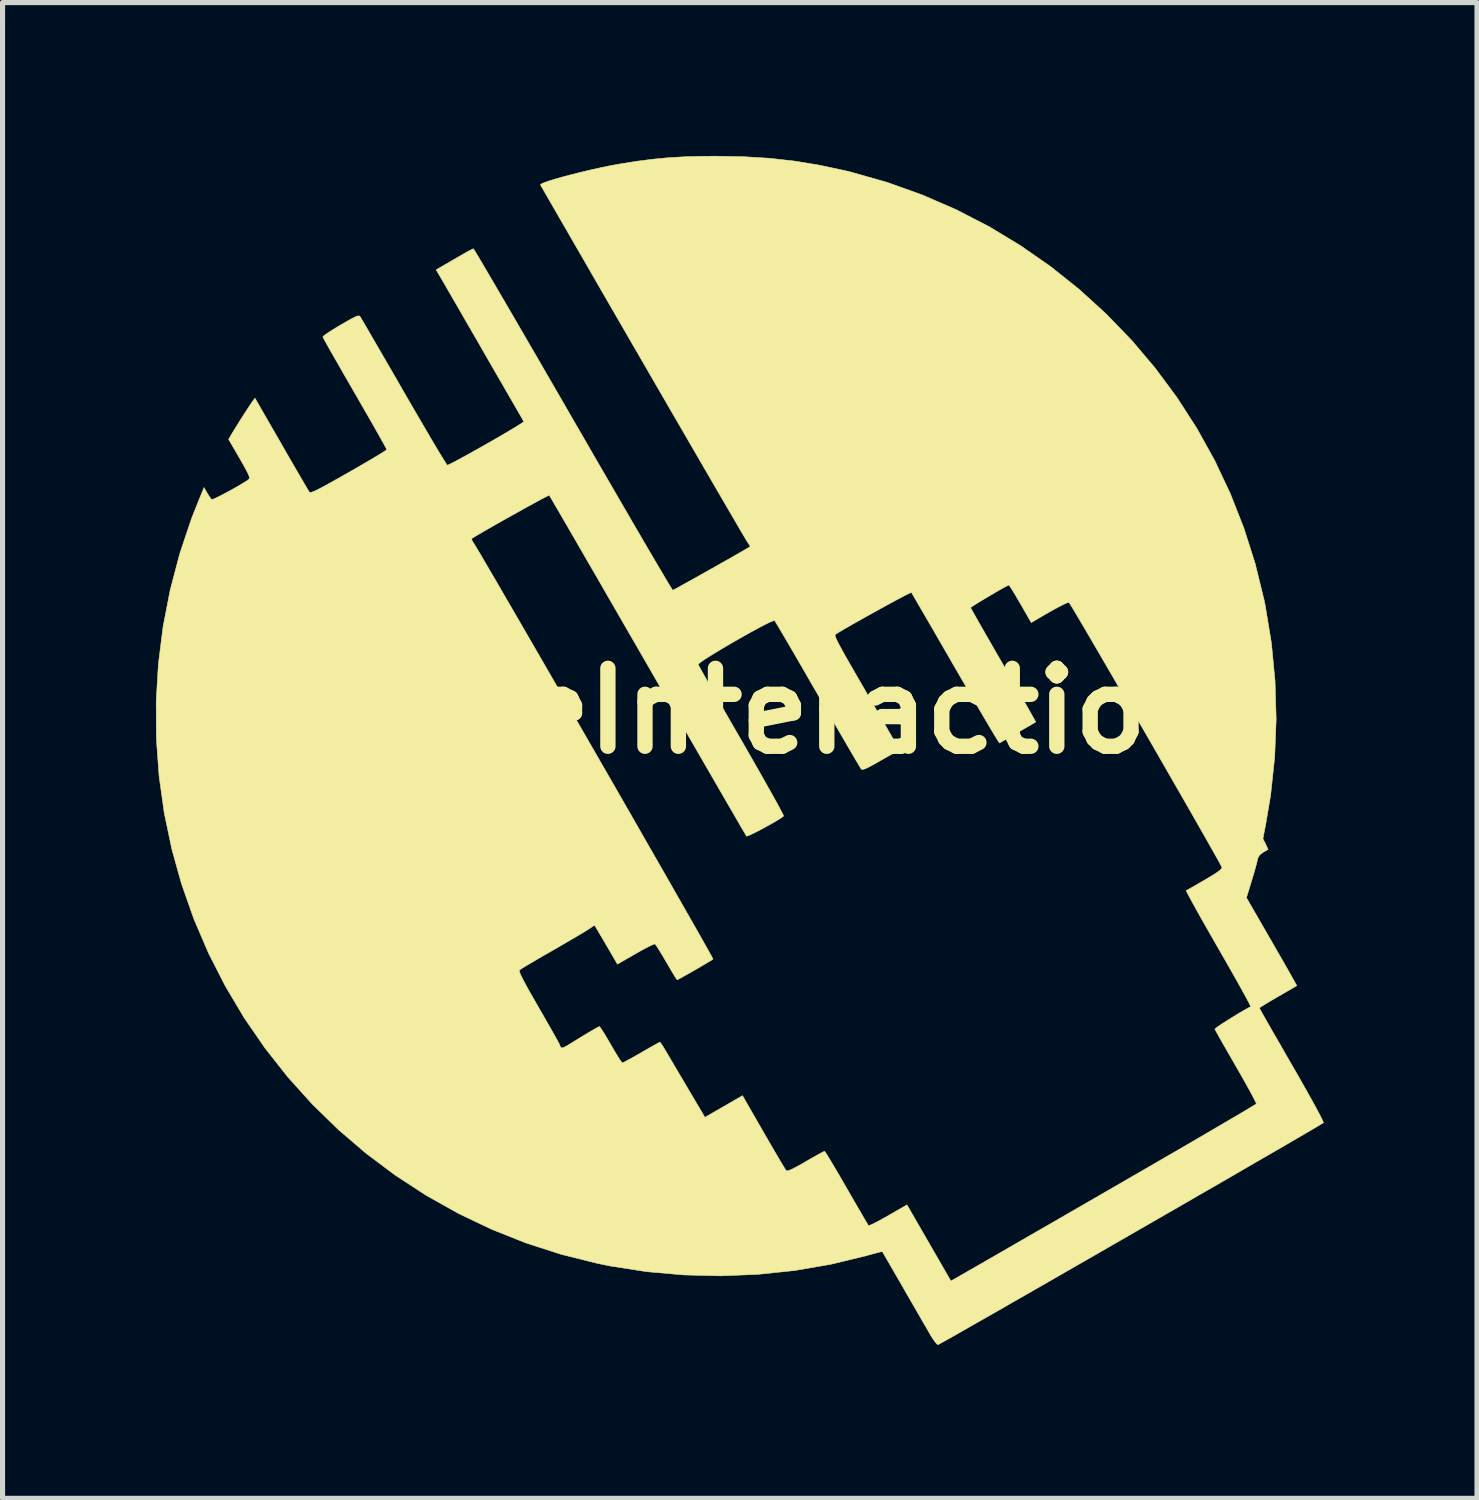
<source format=kicad_pcb>
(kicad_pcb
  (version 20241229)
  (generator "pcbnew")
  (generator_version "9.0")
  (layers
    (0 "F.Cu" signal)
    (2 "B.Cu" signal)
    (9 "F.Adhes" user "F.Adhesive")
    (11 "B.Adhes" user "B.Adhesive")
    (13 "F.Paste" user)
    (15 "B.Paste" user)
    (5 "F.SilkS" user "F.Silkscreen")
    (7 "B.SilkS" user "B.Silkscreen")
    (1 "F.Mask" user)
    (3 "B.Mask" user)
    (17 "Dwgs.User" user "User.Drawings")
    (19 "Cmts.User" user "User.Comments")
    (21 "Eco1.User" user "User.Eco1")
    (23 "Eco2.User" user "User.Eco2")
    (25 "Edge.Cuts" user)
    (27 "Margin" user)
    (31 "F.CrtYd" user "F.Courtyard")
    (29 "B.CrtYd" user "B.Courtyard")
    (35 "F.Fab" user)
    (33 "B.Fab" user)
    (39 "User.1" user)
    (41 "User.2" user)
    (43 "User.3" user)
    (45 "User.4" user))
  (footprint "FutureInteraction"
    (layer "F.Cu")
    (at 11.018 10.858)
    (property "Reference" "FutureInteraction" (at 0 0 0) (layer "F.SilkS") (effects (font (size 1.524 1.524) (thickness 0.3))))
    (attr through_hole)
    (fp_poly (pts (xy 0.477 -10.843) (xy 0.985 -10.812) (xy 1.475 -10.757) (xy 1.961 -10.677) (xy 2.458 -10.571) (xy 2.578 -10.542) (xy 3.286 -10.341) (xy 3.973 -10.095) (xy 4.638 -9.806) (xy 5.28 -9.475) (xy 5.895 -9.103) (xy 6.483 -8.694) (xy 7.042 -8.248) (xy 7.57 -7.767) (xy 8.066 -7.254) (xy 8.527 -6.709) (xy 8.953 -6.135) (xy 9.341 -5.533) (xy 9.69 -4.905) (xy 9.998 -4.253) (xy 10.263 -3.579) (xy 10.484 -2.885) (xy 10.659 -2.171) (xy 10.68 -2.07) (xy 10.802 -1.33) (xy 10.873 -0.587) (xy 10.895 0.158) (xy 10.866 0.902) (xy 10.787 1.644) (xy 10.69 2.22) (xy 10.636 2.496) (xy 10.687 2.602) (xy 10.738 2.707) (xy 10.643 2.762) (xy 10.574 2.813) (xy 10.538 2.875) (xy 10.529 2.912) (xy 10.515 2.972) (xy 10.489 3.068) (xy 10.455 3.187) (xy 10.416 3.316) (xy 10.412 3.33) (xy 10.313 3.653) (xy 10.808 4.51) (xy 10.917 4.7) (xy 11.018 4.875) (xy 11.107 5.031) (xy 11.182 5.164) (xy 11.241 5.268) (xy 11.28 5.339) (xy 11.296 5.371) (xy 11.297 5.373) (xy 11.274 5.387) (xy 11.214 5.422) (xy 11.125 5.474) (xy 11.015 5.538) (xy 10.928 5.588) (xy 10.808 5.658) (xy 10.704 5.72) (xy 10.625 5.769) (xy 10.577 5.8) (xy 10.566 5.809) (xy 10.579 5.833) (xy 10.614 5.897) (xy 10.67 5.996) (xy 10.744 6.126) (xy 10.834 6.284) (xy 10.938 6.464) (xy 11.052 6.663) (xy 11.175 6.877) (xy 11.204 6.927) (xy 11.338 7.159) (xy 11.459 7.373) (xy 11.566 7.564) (xy 11.657 7.728) (xy 11.729 7.863) (xy 11.782 7.965) (xy 11.812 8.03) (xy 11.819 8.054) (xy 11.793 8.07) (xy 11.726 8.111) (xy 11.621 8.173) (xy 11.48 8.256) (xy 11.306 8.357) (xy 11.102 8.476) (xy 10.871 8.61) (xy 10.615 8.758) (xy 10.337 8.919) (xy 10.041 9.091) (xy 9.728 9.272) (xy 9.401 9.46) (xy 9.064 9.655) (xy 8.718 9.854) (xy 8.368 10.056) (xy 8.015 10.259) (xy 7.662 10.462) (xy 7.312 10.664) (xy 6.968 10.861) (xy 6.633 11.054) (xy 6.309 11.24) (xy 5.999 11.418) (xy 5.705 11.586) (xy 5.432 11.743) (xy 5.181 11.886) (xy 4.954 12.015) (xy 4.756 12.128) (xy 4.589 12.224) (xy 4.454 12.299) (xy 4.356 12.354) (xy 4.297 12.387) (xy 4.28 12.395) (xy 4.251 12.375) (xy 4.207 12.32) (xy 4.155 12.242) (xy 4.144 12.224) (xy 4.107 12.16) (xy 4.049 12.058) (xy 3.972 11.927) (xy 3.883 11.771) (xy 3.783 11.599) (xy 3.678 11.417) (xy 3.62 11.316) (xy 3.519 11.14) (xy 3.426 10.98) (xy 3.345 10.839) (xy 3.277 10.722) (xy 3.227 10.636) (xy 3.198 10.586) (xy 3.19 10.574) (xy 3.165 10.578) (xy 3.101 10.594) (xy 3.006 10.619) (xy 2.89 10.651) (xy 2.869 10.657) (xy 2.179 10.824) (xy 1.473 10.945) (xy 0.755 11.02) (xy 0.031 11.049) (xy -0.696 11.031) (xy -1.419 10.967) (xy -2.134 10.856) (xy -2.377 10.806) (xy -3.091 10.628) (xy -3.786 10.404) (xy -4.459 10.135) (xy -5.11 9.824) (xy -5.737 9.471) (xy -6.337 9.08) (xy -6.909 8.651) (xy -7.452 8.186) (xy -7.963 7.687) (xy -8.442 7.155) (xy -8.885 6.592) (xy -9.292 6.001) (xy -9.66 5.381) (xy -9.989 4.737) (xy -10.276 4.067) (xy -10.519 3.376) (xy -10.705 2.71) (xy -10.855 1.997) (xy -10.956 1.274) (xy -11.009 0.545) (xy -11.013 -0.187) (xy -10.97 -0.918) (xy -10.879 -1.644) (xy -10.74 -2.363) (xy -10.554 -3.07) (xy -10.454 -3.371) (xy -4.842 -3.371) (xy -4.838 -3.343) (xy -4.81 -3.294) (xy -4.804 -3.285) (xy -4.78 -3.247) (xy -4.733 -3.169) (xy -4.664 -3.054) (xy -4.576 -2.903) (xy -4.469 -2.72) (xy -4.344 -2.507) (xy -4.205 -2.266) (xy -4.051 -2.001) (xy -3.885 -1.715) (xy -3.708 -1.409) (xy -3.521 -1.086) (xy -3.327 -0.75) (xy -3.126 -0.402) (xy -2.92 -0.045) (xy -2.712 0.317) (xy -2.501 0.683) (xy -2.29 1.05) (xy -2.08 1.414) (xy -1.873 1.775) (xy -1.671 2.127) (xy -1.474 2.471) (xy -1.285 2.801) (xy -1.104 3.116) (xy -0.934 3.414) (xy -0.776 3.691) (xy -0.631 3.945) (xy -0.501 4.173) (xy -0.387 4.373) (xy -0.292 4.542) (xy -0.216 4.677) (xy -0.161 4.776) (xy -0.129 4.836) (xy -0.121 4.854) (xy -0.148 4.873) (xy -0.21 4.91) (xy -0.296 4.961) (xy -0.398 5.021) (xy -0.506 5.083) (xy -0.611 5.143) (xy -0.704 5.195) (xy -0.776 5.235) (xy -0.816 5.256) (xy -0.822 5.258) (xy -0.838 5.237) (xy -0.875 5.179) (xy -0.927 5.093) (xy -0.991 4.984) (xy -1.033 4.912) (xy -1.103 4.793) (xy -1.165 4.69) (xy -1.215 4.612) (xy -1.249 4.565) (xy -1.258 4.556) (xy -1.288 4.564) (xy -1.354 4.595) (xy -1.447 4.643) (xy -1.56 4.704) (xy -1.638 4.749) (xy -1.991 4.952) (xy -2.149 4.679) (xy -2.218 4.562) (xy -2.283 4.45) (xy -2.339 4.356) (xy -2.373 4.298) (xy -2.439 4.189) (xy -2.546 4.262) (xy -2.597 4.294) (xy -2.685 4.348) (xy -2.803 4.418) (xy -2.944 4.5) (xy -3.101 4.592) (xy -3.264 4.686) (xy -3.425 4.778) (xy -3.572 4.864) (xy -3.7 4.939) (xy -3.802 5) (xy -3.872 5.043) (xy -3.905 5.065) (xy -3.906 5.065) (xy -3.91 5.082) (xy -3.902 5.117) (xy -3.878 5.172) (xy -3.838 5.253) (xy -3.779 5.364) (xy -3.699 5.508) (xy -3.595 5.689) (xy -3.531 5.801) (xy -3.432 5.973) (xy -3.342 6.131) (xy -3.263 6.269) (xy -3.199 6.383) (xy -3.153 6.466) (xy -3.128 6.514) (xy -3.124 6.523) (xy -3.111 6.558) (xy -3.101 6.576) (xy -3.08 6.591) (xy -3.044 6.583) (xy -2.981 6.55) (xy -2.943 6.527) (xy -2.75 6.408) (xy -2.597 6.315) (xy -2.482 6.247) (xy -2.403 6.201) (xy -2.357 6.177) (xy -2.343 6.172) (xy -2.324 6.193) (xy -2.285 6.251) (xy -2.231 6.338) (xy -2.166 6.448) (xy -2.12 6.527) (xy -2.05 6.647) (xy -1.988 6.75) (xy -1.938 6.828) (xy -1.904 6.874) (xy -1.894 6.883) (xy -1.865 6.871) (xy -1.801 6.837) (xy -1.708 6.787) (xy -1.596 6.723) (xy -1.521 6.68) (xy -1.401 6.611) (xy -1.298 6.552) (xy -1.218 6.508) (xy -1.17 6.482) (xy -1.159 6.477) (xy -1.142 6.498) (xy -1.105 6.553) (xy -1.054 6.636) (xy -1.001 6.725) (xy -0.943 6.824) (xy -0.866 6.955) (xy -0.776 7.108) (xy -0.679 7.271) (xy -0.584 7.433) (xy -0.568 7.46) (xy -0.279 7.948) (xy 0.456 7.524) (xy 0.867 8.239) (xy 0.967 8.413) (xy 1.061 8.574) (xy 1.144 8.716) (xy 1.214 8.834) (xy 1.267 8.922) (xy 1.299 8.974) (xy 1.308 8.987) (xy 1.327 8.995) (xy 1.363 8.988) (xy 1.422 8.963) (xy 1.508 8.919) (xy 1.63 8.851) (xy 1.691 8.815) (xy 1.812 8.746) (xy 1.917 8.687) (xy 1.998 8.642) (xy 2.049 8.616) (xy 2.061 8.611) (xy 2.077 8.632) (xy 2.116 8.692) (xy 2.173 8.786) (xy 2.246 8.908) (xy 2.332 9.054) (xy 2.427 9.219) (xy 2.49 9.328) (xy 2.591 9.502) (xy 2.683 9.662) (xy 2.765 9.802) (xy 2.832 9.918) (xy 2.883 10.004) (xy 2.913 10.054) (xy 2.92 10.065) (xy 2.946 10.06) (xy 3.009 10.032) (xy 3.1 9.986) (xy 3.212 9.925) (xy 3.305 9.872) (xy 3.673 9.66) (xy 4.532 11.149) (xy 4.647 11.085) (xy 4.683 11.064) (xy 4.76 11.02) (xy 4.876 10.953) (xy 5.028 10.866) (xy 5.212 10.76) (xy 5.428 10.636) (xy 5.67 10.496) (xy 5.938 10.341) (xy 6.228 10.174) (xy 6.538 9.996) (xy 6.864 9.807) (xy 7.204 9.611) (xy 7.556 9.408) (xy 7.629 9.366) (xy 7.981 9.162) (xy 8.32 8.966) (xy 8.645 8.778) (xy 8.952 8.6) (xy 9.239 8.433) (xy 9.504 8.278) (xy 9.743 8.138) (xy 9.955 8.014) (xy 10.136 7.908) (xy 10.284 7.82) (xy 10.397 7.752) (xy 10.471 7.707) (xy 10.505 7.685) (xy 10.506 7.683) (xy 10.497 7.655) (xy 10.464 7.589) (xy 10.412 7.49) (xy 10.343 7.363) (xy 10.26 7.215) (xy 10.166 7.049) (xy 10.11 6.952) (xy 10.011 6.78) (xy 9.92 6.621) (xy 9.84 6.482) (xy 9.775 6.367) (xy 9.728 6.281) (xy 9.701 6.232) (xy 9.696 6.222) (xy 9.715 6.203) (xy 9.769 6.164) (xy 9.849 6.11) (xy 9.947 6.048) (xy 10.054 5.981) (xy 10.16 5.916) (xy 10.258 5.859) (xy 10.337 5.814) (xy 10.391 5.787) (xy 10.397 5.785) (xy 10.389 5.762) (xy 10.358 5.699) (xy 10.305 5.601) (xy 10.234 5.471) (xy 10.147 5.314) (xy 10.045 5.134) (xy 9.932 4.935) (xy 9.809 4.72) (xy 9.767 4.648) (xy 9.642 4.43) (xy 9.525 4.225) (xy 9.419 4.038) (xy 9.327 3.873) (xy 9.25 3.734) (xy 9.191 3.625) (xy 9.152 3.551) (xy 9.136 3.514) (xy 9.136 3.512) (xy 9.164 3.497) (xy 9.228 3.461) (xy 9.319 3.409) (xy 9.431 3.344) (xy 9.5 3.304) (xy 9.638 3.221) (xy 9.736 3.159) (xy 9.798 3.112) (xy 9.829 3.079) (xy 9.834 3.058) (xy 9.82 3.029) (xy 9.783 2.96) (xy 9.724 2.854) (xy 9.645 2.714) (xy 9.549 2.544) (xy 9.437 2.347) (xy 9.311 2.126) (xy 9.173 1.885) (xy 9.025 1.627) (xy 8.869 1.356) (xy 8.707 1.074) (xy 8.541 0.785) (xy 8.372 0.492) (xy 8.203 0.2) (xy 8.035 -0.09) (xy 7.871 -0.373) (xy 7.713 -0.647) (xy 7.561 -0.908) (xy 7.419 -1.152) (xy 7.288 -1.376) (xy 7.17 -1.578) (xy 7.067 -1.753) (xy 6.981 -1.898) (xy 6.914 -2.011) (xy 6.867 -2.087) (xy 6.843 -2.123) (xy 6.841 -2.125) (xy 6.808 -2.118) (xy 6.738 -2.086) (xy 6.637 -2.035) (xy 6.511 -1.966) (xy 6.366 -1.884) (xy 6.209 -1.791) (xy 6.183 -1.776) (xy 6.105 -1.729) (xy 5.894 -2.096) (xy 5.823 -2.218) (xy 5.76 -2.323) (xy 5.71 -2.403) (xy 5.678 -2.452) (xy 5.667 -2.464) (xy 5.638 -2.452) (xy 5.575 -2.418) (xy 5.488 -2.37) (xy 5.385 -2.31) (xy 5.275 -2.245) (xy 5.166 -2.18) (xy 5.067 -2.12) (xy 4.987 -2.07) (xy 4.934 -2.035) (xy 4.918 -2.02) (xy 4.931 -1.995) (xy 4.967 -1.931) (xy 5.024 -1.831) (xy 5.098 -1.7) (xy 5.189 -1.541) (xy 5.293 -1.36) (xy 5.407 -1.161) (xy 5.531 -0.947) (xy 5.56 -0.896) (xy 5.685 -0.68) (xy 5.801 -0.478) (xy 5.906 -0.293) (xy 5.999 -0.131) (xy 6.076 0.005) (xy 6.135 0.111) (xy 6.175 0.182) (xy 6.191 0.214) (xy 6.192 0.216) (xy 6.169 0.229) (xy 6.112 0.263) (xy 6.028 0.311) (xy 5.928 0.369) (xy 5.82 0.431) (xy 5.714 0.493) (xy 5.618 0.548) (xy 5.542 0.592) (xy 5.494 0.62) (xy 5.483 0.625) (xy 5.468 0.605) (xy 5.43 0.545) (xy 5.371 0.448) (xy 5.293 0.317) (xy 5.198 0.157) (xy 5.088 -0.03) (xy 4.966 -0.239) (xy 4.834 -0.467) (xy 4.693 -0.71) (xy 4.622 -0.832) (xy 4.478 -1.083) (xy 4.34 -1.32) (xy 4.213 -1.541) (xy 4.097 -1.741) (xy 3.994 -1.918) (xy 3.907 -2.067) (xy 3.839 -2.185) (xy 3.79 -2.268) (xy 3.764 -2.312) (xy 3.759 -2.319) (xy 3.735 -2.31) (xy 3.673 -2.28) (xy 3.58 -2.232) (xy 3.461 -2.169) (xy 3.323 -2.094) (xy 3.173 -2.012) (xy 3.016 -1.925) (xy 2.859 -1.838) (xy 2.708 -1.753) (xy 2.569 -1.674) (xy 2.449 -1.605) (xy 2.354 -1.549) (xy 2.29 -1.509) (xy 2.269 -1.494) (xy 2.267 -1.473) (xy 2.284 -1.423) (xy 2.322 -1.343) (xy 2.383 -1.229) (xy 2.467 -1.077) (xy 2.572 -0.894) (xy 2.685 -0.697) (xy 2.813 -0.477) (xy 2.944 -0.248) (xy 3.072 -0.028) (xy 3.185 0.169) (xy 3.215 0.22) (xy 3.526 0.758) (xy 3.167 0.963) (xy 3.028 1.042) (xy 2.925 1.097) (xy 2.855 1.13) (xy 2.809 1.143) (xy 2.784 1.141) (xy 2.78 1.137) (xy 2.762 1.11) (xy 2.722 1.042) (xy 2.66 0.939) (xy 2.58 0.802) (xy 2.484 0.637) (xy 2.373 0.446) (xy 2.25 0.234) (xy 2.117 0.004) (xy 1.977 -0.239) (xy 1.932 -0.318) (xy 1.789 -0.564) (xy 1.654 -0.799) (xy 1.528 -1.016) (xy 1.413 -1.214) (xy 1.312 -1.387) (xy 1.226 -1.533) (xy 1.159 -1.647) (xy 1.111 -1.726) (xy 1.087 -1.765) (xy 1.084 -1.769) (xy 1.055 -1.764) (xy 0.989 -1.736) (xy 0.893 -1.689) (xy 0.772 -1.626) (xy 0.633 -1.55) (xy 0.482 -1.466) (xy 0.325 -1.377) (xy 0.168 -1.286) (xy 0.018 -1.197) (xy -0.118 -1.114) (xy -0.236 -1.041) (xy -0.328 -0.98) (xy -0.389 -0.935) (xy -0.411 -0.911) (xy -0.411 -0.91) (xy -0.397 -0.882) (xy -0.36 -0.815) (xy -0.302 -0.711) (xy -0.225 -0.574) (xy -0.13 -0.409) (xy -0.021 -0.218) (xy 0.101 -0.005) (xy 0.233 0.226) (xy 0.374 0.47) (xy 0.436 0.577) (xy 0.579 0.826) (xy 0.714 1.062) (xy 0.839 1.282) (xy 0.951 1.481) (xy 1.05 1.657) (xy 1.132 1.805) (xy 1.195 1.922) (xy 1.238 2.004) (xy 1.259 2.047) (xy 1.26 2.053) (xy 1.231 2.078) (xy 1.168 2.119) (xy 1.08 2.172) (xy 0.976 2.23) (xy 0.866 2.291) (xy 0.759 2.348) (xy 0.663 2.396) (xy 0.588 2.431) (xy 0.543 2.448) (xy 0.535 2.448) (xy 0.52 2.423) (xy 0.482 2.358) (xy 0.42 2.253) (xy 0.338 2.111) (xy 0.236 1.935) (xy 0.115 1.727) (xy -0.022 1.49) (xy -0.175 1.225) (xy -0.342 0.936) (xy -0.522 0.625) (xy -0.713 0.294) (xy -0.914 -0.054) (xy -1.124 -0.418) (xy -1.341 -0.794) (xy -1.396 -0.889) (xy -1.614 -1.268) (xy -1.826 -1.634) (xy -2.029 -1.986) (xy -2.223 -2.322) (xy -2.405 -2.638) (xy -2.576 -2.932) (xy -2.732 -3.203) (xy -2.873 -3.447) (xy -2.998 -3.662) (xy -3.104 -3.845) (xy -3.192 -3.995) (xy -3.258 -4.109) (xy -3.302 -4.184) (xy -3.322 -4.218) (xy -3.324 -4.22) (xy -3.348 -4.211) (xy -3.409 -4.18) (xy -3.503 -4.131) (xy -3.621 -4.066) (xy -3.759 -3.991) (xy -3.91 -3.907) (xy -4.068 -3.819) (xy -4.227 -3.73) (xy -4.379 -3.644) (xy -4.52 -3.563) (xy -4.643 -3.492) (xy -4.742 -3.434) (xy -4.81 -3.393) (xy -4.842 -3.371) (xy -4.842 -3.371) (xy -10.454 -3.371) (xy -10.322 -3.763) (xy -10.185 -4.11) (xy -10.077 -4.371) (xy -10.015 -4.262) (xy -9.973 -4.195) (xy -9.938 -4.148) (xy -9.926 -4.137) (xy -9.898 -4.144) (xy -9.835 -4.172) (xy -9.747 -4.216) (xy -9.642 -4.271) (xy -9.531 -4.331) (xy -9.422 -4.393) (xy -9.325 -4.45) (xy -9.248 -4.498) (xy -9.201 -4.532) (xy -9.198 -4.534) (xy -9.189 -4.553) (xy -9.192 -4.584) (xy -9.212 -4.635) (xy -9.25 -4.711) (xy -9.309 -4.818) (xy -9.379 -4.941) (xy -9.596 -5.315) (xy -9.542 -5.407) (xy -9.496 -5.484) (xy -9.433 -5.585) (xy -9.362 -5.699) (xy -9.289 -5.814) (xy -9.221 -5.918) (xy -9.166 -6.002) (xy -9.131 -6.052) (xy -9.081 -6.12) (xy -8.561 -5.217) (xy -8.448 -5.02) (xy -8.342 -4.837) (xy -8.246 -4.672) (xy -8.163 -4.529) (xy -8.096 -4.414) (xy -8.047 -4.331) (xy -8.019 -4.286) (xy -8.015 -4.279) (xy -8 -4.274) (xy -7.968 -4.281) (xy -7.915 -4.302) (xy -7.838 -4.339) (xy -7.732 -4.395) (xy -7.594 -4.471) (xy -7.419 -4.569) (xy -7.245 -4.668) (xy -7.069 -4.769) (xy -6.908 -4.863) (xy -6.766 -4.946) (xy -6.65 -5.016) (xy -6.564 -5.07) (xy -6.514 -5.103) (xy -6.502 -5.114) (xy -6.515 -5.14) (xy -6.55 -5.205) (xy -6.606 -5.306) (xy -6.68 -5.437) (xy -6.77 -5.596) (xy -6.873 -5.776) (xy -6.988 -5.975) (xy -7.11 -6.188) (xy -7.125 -6.213) (xy -7.248 -6.427) (xy -7.364 -6.628) (xy -7.469 -6.812) (xy -7.562 -6.974) (xy -7.639 -7.109) (xy -7.698 -7.215) (xy -7.737 -7.285) (xy -7.753 -7.317) (xy -7.754 -7.317) (xy -7.735 -7.339) (xy -7.679 -7.38) (xy -7.594 -7.436) (xy -7.486 -7.503) (xy -7.407 -7.55) (xy -7.273 -7.628) (xy -7.176 -7.681) (xy -7.109 -7.714) (xy -7.066 -7.729) (xy -7.04 -7.728) (xy -7.026 -7.717) (xy -7.008 -7.689) (xy -6.968 -7.62) (xy -6.906 -7.515) (xy -6.826 -7.377) (xy -6.73 -7.211) (xy -6.619 -7.019) (xy -6.495 -6.806) (xy -6.362 -6.576) (xy -6.221 -6.332) (xy -6.174 -6.249) (xy -6.031 -6.002) (xy -5.895 -5.769) (xy -5.768 -5.552) (xy -5.653 -5.355) (xy -5.551 -5.183) (xy -5.465 -5.039) (xy -5.396 -4.927) (xy -5.348 -4.85) (xy -5.322 -4.812) (xy -5.319 -4.809) (xy -5.291 -4.818) (xy -5.227 -4.85) (xy -5.131 -4.9) (xy -5.011 -4.965) (xy -4.873 -5.041) (xy -4.723 -5.125) (xy -4.566 -5.214) (xy -4.41 -5.303) (xy -4.26 -5.39) (xy -4.122 -5.471) (xy -4.003 -5.542) (xy -3.91 -5.6) (xy -3.847 -5.641) (xy -3.821 -5.661) (xy -3.821 -5.663) (xy -3.835 -5.686) (xy -3.872 -5.751) (xy -3.93 -5.851) (xy -4.007 -5.985) (xy -4.101 -6.147) (xy -4.209 -6.335) (xy -4.33 -6.544) (xy -4.461 -6.771) (xy -4.6 -7.012) (xy -4.635 -7.074) (xy -4.777 -7.32) (xy -4.913 -7.555) (xy -5.04 -7.775) (xy -5.155 -7.975) (xy -5.258 -8.152) (xy -5.344 -8.301) (xy -5.413 -8.42) (xy -5.461 -8.503) (xy -5.487 -8.547) (xy -5.489 -8.551) (xy -5.538 -8.63) (xy -5.183 -8.836) (xy -5.062 -8.906) (xy -4.957 -8.966) (xy -4.874 -9.011) (xy -4.822 -9.037) (xy -4.808 -9.042) (xy -4.794 -9.021) (xy -4.755 -8.958) (xy -4.693 -8.855) (xy -4.611 -8.716) (xy -4.509 -8.542) (xy -4.388 -8.336) (xy -4.251 -8.101) (xy -4.097 -7.838) (xy -3.93 -7.55) (xy -3.75 -7.24) (xy -3.558 -6.91) (xy -3.357 -6.562) (xy -3.146 -6.198) (xy -2.929 -5.822) (xy -2.86 -5.702) (xy -2.64 -5.323) (xy -2.428 -4.955) (xy -2.223 -4.602) (xy -2.028 -4.266) (xy -1.844 -3.949) (xy -1.673 -3.654) (xy -1.515 -3.383) (xy -1.372 -3.139) (xy -1.246 -2.924) (xy -1.137 -2.74) (xy -1.048 -2.589) (xy -0.98 -2.475) (xy -0.933 -2.399) (xy -0.911 -2.364) (xy -0.909 -2.362) (xy -0.884 -2.374) (xy -0.821 -2.408) (xy -0.727 -2.46) (xy -0.608 -2.526) (xy -0.469 -2.603) (xy -0.318 -2.688) (xy -0.159 -2.777) (xy -0.001 -2.867) (xy 0.152 -2.953) (xy 0.292 -3.033) (xy 0.414 -3.103) (xy 0.511 -3.159) (xy 0.577 -3.198) (xy 0.606 -3.216) (xy 0.598 -3.238) (xy 0.567 -3.286) (xy 0.552 -3.307) (xy 0.534 -3.336) (xy 0.492 -3.407) (xy 0.427 -3.516) (xy 0.342 -3.662) (xy 0.237 -3.842) (xy 0.114 -4.053) (xy -0.026 -4.294) (xy -0.181 -4.56) (xy -0.349 -4.85) (xy -0.53 -5.161) (xy -0.721 -5.491) (xy -0.922 -5.837) (xy -1.13 -6.196) (xy -1.345 -6.567) (xy -1.564 -6.946) (xy -1.787 -7.331) (xy -2.012 -7.72) (xy -2.237 -8.109) (xy -2.461 -8.497) (xy -2.682 -8.881) (xy -2.9 -9.258) (xy -3.112 -9.625) (xy -3.317 -9.981) (xy -3.496 -10.292) (xy -3.48 -10.31) (xy -3.42 -10.337) (xy -3.323 -10.37) (xy -3.195 -10.41) (xy -3.042 -10.453) (xy -2.87 -10.498) (xy -2.686 -10.544) (xy -2.495 -10.589) (xy -2.305 -10.631) (xy -2.121 -10.669) (xy -1.949 -10.7) (xy -1.93 -10.703) (xy -1.599 -10.756) (xy -1.288 -10.795) (xy -0.984 -10.824) (xy -0.671 -10.842) (xy -0.333 -10.851) (xy -0.064 -10.853) (xy 0.477 -10.843)) (stroke (width 0.01) (type solid)) (fill yes) (layer "F.SilkS")))
  (gr_rect
    (start -3 -3)
    (end 25.842 26.259)
    (stroke (width 0.1) (type default))
    (fill no)
    (layer "Edge.Cuts")))
</source>
